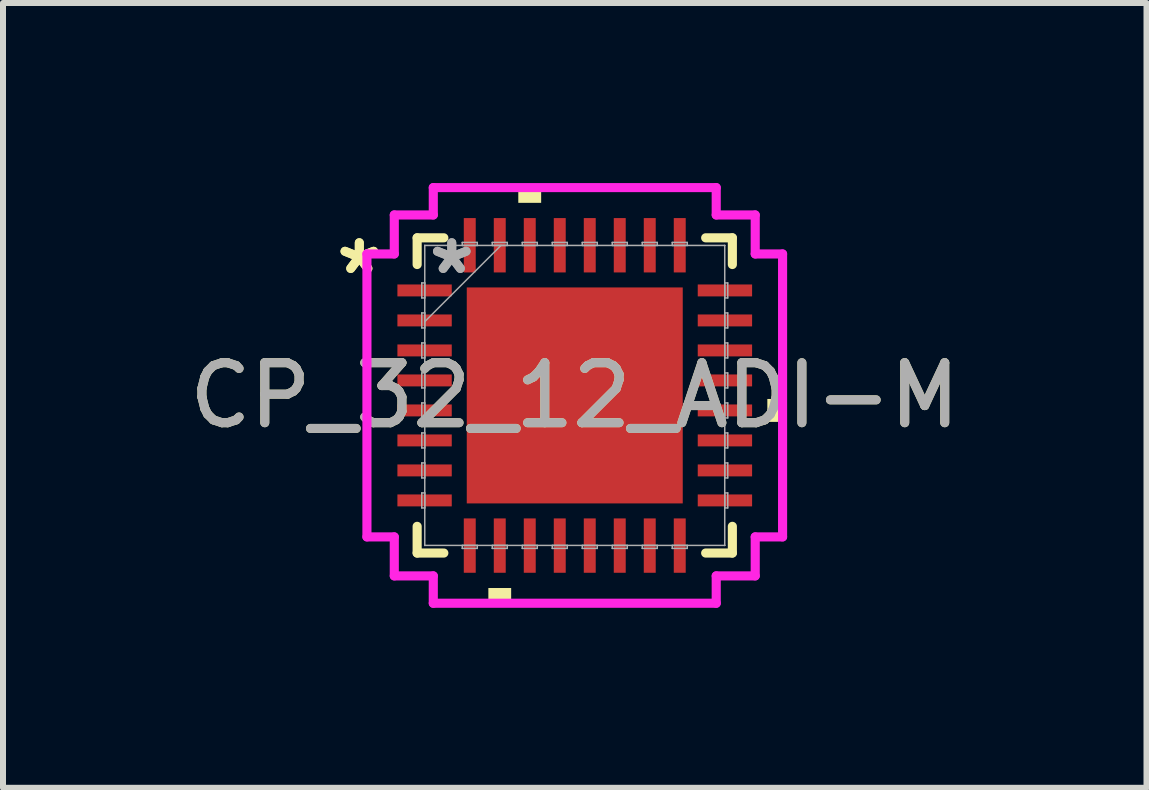
<source format=kicad_pcb>
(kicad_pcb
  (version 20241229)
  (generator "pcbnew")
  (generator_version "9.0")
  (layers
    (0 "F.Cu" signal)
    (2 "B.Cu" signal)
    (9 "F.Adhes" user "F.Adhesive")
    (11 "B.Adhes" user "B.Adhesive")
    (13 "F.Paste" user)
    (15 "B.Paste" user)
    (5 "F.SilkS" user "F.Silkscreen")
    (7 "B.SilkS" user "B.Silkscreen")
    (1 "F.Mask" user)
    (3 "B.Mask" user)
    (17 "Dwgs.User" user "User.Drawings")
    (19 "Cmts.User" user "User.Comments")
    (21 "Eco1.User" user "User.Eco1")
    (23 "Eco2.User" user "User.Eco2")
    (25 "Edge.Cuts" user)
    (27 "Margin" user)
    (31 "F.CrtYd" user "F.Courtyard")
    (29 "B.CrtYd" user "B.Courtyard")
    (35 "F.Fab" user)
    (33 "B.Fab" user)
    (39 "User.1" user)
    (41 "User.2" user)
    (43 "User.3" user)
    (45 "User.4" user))
  (footprint "CP_32_12_ADI-M"
    (layer "F.Cu")
    (at 6.53 3.541)
    (property "Reference" "CP_32_12_ADI-M" (at 0 0 0) (unlocked yes) (layer "F.SilkS") (effects (font (size 1 1) (thickness 0.15))))
    (attr smd)
    (fp_line (start -2.627 -2.627) (end -2.627 -2.182) (stroke (width 0.152) (type solid)) (layer "F.SilkS"))
    (fp_line (start -2.627 2.182) (end -2.627 2.627) (stroke (width 0.152) (type solid)) (layer "F.SilkS"))
    (fp_line (start -2.627 2.627) (end -2.182 2.627) (stroke (width 0.152) (type solid)) (layer "F.SilkS"))
    (fp_line (start -2.182 -2.627) (end -2.627 -2.627) (stroke (width 0.152) (type solid)) (layer "F.SilkS"))
    (fp_line (start 2.182 2.627) (end 2.627 2.627) (stroke (width 0.152) (type solid)) (layer "F.SilkS"))
    (fp_line (start 2.627 -2.627) (end 2.182 -2.627) (stroke (width 0.152) (type solid)) (layer "F.SilkS"))
    (fp_line (start 2.627 -2.182) (end 2.627 -2.627) (stroke (width 0.152) (type solid)) (layer "F.SilkS"))
    (fp_line (start 2.627 2.627) (end 2.627 2.182) (stroke (width 0.152) (type solid)) (layer "F.SilkS"))
    (fp_poly (pts (xy -1.44 3.21) (xy -1.44 3.464) (xy -1.06 3.464) (xy -1.06 3.21)) (stroke (width 0) (type solid)) (fill yes) (layer "F.SilkS"))
    (fp_poly (pts (xy -0.941 -3.21) (xy -0.941 -3.464) (xy -0.56 -3.464) (xy -0.56 -3.21)) (stroke (width 0) (type solid)) (fill yes) (layer "F.SilkS"))
    (fp_poly (pts (xy 3.464 0.059) (xy 3.464 0.441) (xy 3.21 0.441) (xy 3.21 0.059)) (stroke (width 0) (type solid)) (fill yes) (layer "F.SilkS"))
    (fp_poly (pts (xy -1.7 -1.7) (xy -1.7 -0.1) (xy -0.1 -0.1) (xy -0.1 -1.7)) (stroke (width 0) (type solid)) (fill yes) (layer "F.Paste"))
    (fp_poly (pts (xy -1.7 0.1) (xy -1.7 1.7) (xy -0.1 1.7) (xy -0.1 0.1)) (stroke (width 0) (type solid)) (fill yes) (layer "F.Paste"))
    (fp_poly (pts (xy 0.1 -1.7) (xy 0.1 -0.1) (xy 1.7 -0.1) (xy 1.7 -1.7)) (stroke (width 0) (type solid)) (fill yes) (layer "F.Paste"))
    (fp_poly (pts (xy 0.1 0.1) (xy 0.1 1.7) (xy 1.7 1.7) (xy 1.7 0.1)) (stroke (width 0) (type solid)) (fill yes) (layer "F.Paste"))
    (fp_line (start -3.464 -2.358) (end -3.008 -2.358) (stroke (width 0.152) (type solid)) (layer "F.CrtYd"))
    (fp_line (start -3.464 2.358) (end -3.464 -2.358) (stroke (width 0.152) (type solid)) (layer "F.CrtYd"))
    (fp_line (start -3.008 -3.008) (end -2.358 -3.008) (stroke (width 0.152) (type solid)) (layer "F.CrtYd"))
    (fp_line (start -3.008 -2.358) (end -3.008 -3.008) (stroke (width 0.152) (type solid)) (layer "F.CrtYd"))
    (fp_line (start -3.008 2.358) (end -3.464 2.358) (stroke (width 0.152) (type solid)) (layer "F.CrtYd"))
    (fp_line (start -3.008 3.008) (end -3.008 2.358) (stroke (width 0.152) (type solid)) (layer "F.CrtYd"))
    (fp_line (start -2.358 -3.464) (end 2.358 -3.464) (stroke (width 0.152) (type solid)) (layer "F.CrtYd"))
    (fp_line (start -2.358 -3.008) (end -2.358 -3.464) (stroke (width 0.152) (type solid)) (layer "F.CrtYd"))
    (fp_line (start -2.358 3.008) (end -3.008 3.008) (stroke (width 0.152) (type solid)) (layer "F.CrtYd"))
    (fp_line (start -2.358 3.464) (end -2.358 3.008) (stroke (width 0.152) (type solid)) (layer "F.CrtYd"))
    (fp_line (start 2.358 -3.464) (end 2.358 -3.008) (stroke (width 0.152) (type solid)) (layer "F.CrtYd"))
    (fp_line (start 2.358 -3.008) (end 3.008 -3.008) (stroke (width 0.152) (type solid)) (layer "F.CrtYd"))
    (fp_line (start 2.358 3.008) (end 2.358 3.464) (stroke (width 0.152) (type solid)) (layer "F.CrtYd"))
    (fp_line (start 2.358 3.464) (end -2.358 3.464) (stroke (width 0.152) (type solid)) (layer "F.CrtYd"))
    (fp_line (start 3.008 -3.008) (end 3.008 -2.358) (stroke (width 0.152) (type solid)) (layer "F.CrtYd"))
    (fp_line (start 3.008 -2.358) (end 3.464 -2.358) (stroke (width 0.152) (type solid)) (layer "F.CrtYd"))
    (fp_line (start 3.008 2.358) (end 3.008 3.008) (stroke (width 0.152) (type solid)) (layer "F.CrtYd"))
    (fp_line (start 3.008 3.008) (end 2.358 3.008) (stroke (width 0.152) (type solid)) (layer "F.CrtYd"))
    (fp_line (start 3.464 -2.358) (end 3.464 2.358) (stroke (width 0.152) (type solid)) (layer "F.CrtYd"))
    (fp_line (start 3.464 2.358) (end 3.008 2.358) (stroke (width 0.152) (type solid)) (layer "F.CrtYd"))
    (fp_line (start -2.55 -1.875) (end -2.55 -1.625) (stroke (width 0.025) (type solid)) (layer "F.Fab"))
    (fp_line (start -2.55 -1.625) (end -2.5 -1.625) (stroke (width 0.025) (type solid)) (layer "F.Fab"))
    (fp_line (start -2.55 -1.375) (end -2.55 -1.125) (stroke (width 0.025) (type solid)) (layer "F.Fab"))
    (fp_line (start -2.55 -1.125) (end -2.5 -1.125) (stroke (width 0.025) (type solid)) (layer "F.Fab"))
    (fp_line (start -2.55 -0.875) (end -2.55 -0.625) (stroke (width 0.025) (type solid)) (layer "F.Fab"))
    (fp_line (start -2.55 -0.625) (end -2.5 -0.625) (stroke (width 0.025) (type solid)) (layer "F.Fab"))
    (fp_line (start -2.55 -0.375) (end -2.55 -0.125) (stroke (width 0.025) (type solid)) (layer "F.Fab"))
    (fp_line (start -2.55 -0.125) (end -2.5 -0.125) (stroke (width 0.025) (type solid)) (layer "F.Fab"))
    (fp_line (start -2.55 0.125) (end -2.55 0.375) (stroke (width 0.025) (type solid)) (layer "F.Fab"))
    (fp_line (start -2.55 0.375) (end -2.5 0.375) (stroke (width 0.025) (type solid)) (layer "F.Fab"))
    (fp_line (start -2.55 0.625) (end -2.55 0.875) (stroke (width 0.025) (type solid)) (layer "F.Fab"))
    (fp_line (start -2.55 0.875) (end -2.5 0.875) (stroke (width 0.025) (type solid)) (layer "F.Fab"))
    (fp_line (start -2.55 1.125) (end -2.55 1.375) (stroke (width 0.025) (type solid)) (layer "F.Fab"))
    (fp_line (start -2.55 1.375) (end -2.5 1.375) (stroke (width 0.025) (type solid)) (layer "F.Fab"))
    (fp_line (start -2.55 1.625) (end -2.55 1.875) (stroke (width 0.025) (type solid)) (layer "F.Fab"))
    (fp_line (start -2.55 1.875) (end -2.5 1.875) (stroke (width 0.025) (type solid)) (layer "F.Fab"))
    (fp_line (start -2.5 -2.5) (end -2.5 -2.5) (stroke (width 0.025) (type solid)) (layer "F.Fab"))
    (fp_line (start -2.5 -2.5) (end -2.5 2.5) (stroke (width 0.025) (type solid)) (layer "F.Fab"))
    (fp_line (start -2.5 -1.875) (end -2.55 -1.875) (stroke (width 0.025) (type solid)) (layer "F.Fab"))
    (fp_line (start -2.5 -1.625) (end -2.5 -1.875) (stroke (width 0.025) (type solid)) (layer "F.Fab"))
    (fp_line (start -2.5 -1.375) (end -2.55 -1.375) (stroke (width 0.025) (type solid)) (layer "F.Fab"))
    (fp_line (start -2.5 -1.23) (end -1.23 -2.5) (stroke (width 0.025) (type solid)) (layer "F.Fab"))
    (fp_line (start -2.5 -1.125) (end -2.5 -1.375) (stroke (width 0.025) (type solid)) (layer "F.Fab"))
    (fp_line (start -2.5 -0.875) (end -2.55 -0.875) (stroke (width 0.025) (type solid)) (layer "F.Fab"))
    (fp_line (start -2.5 -0.625) (end -2.5 -0.875) (stroke (width 0.025) (type solid)) (layer "F.Fab"))
    (fp_line (start -2.5 -0.375) (end -2.55 -0.375) (stroke (width 0.025) (type solid)) (layer "F.Fab"))
    (fp_line (start -2.5 -0.125) (end -2.5 -0.375) (stroke (width 0.025) (type solid)) (layer "F.Fab"))
    (fp_line (start -2.5 0.125) (end -2.55 0.125) (stroke (width 0.025) (type solid)) (layer "F.Fab"))
    (fp_line (start -2.5 0.375) (end -2.5 0.125) (stroke (width 0.025) (type solid)) (layer "F.Fab"))
    (fp_line (start -2.5 0.625) (end -2.55 0.625) (stroke (width 0.025) (type solid)) (layer "F.Fab"))
    (fp_line (start -2.5 0.875) (end -2.5 0.625) (stroke (width 0.025) (type solid)) (layer "F.Fab"))
    (fp_line (start -2.5 1.125) (end -2.55 1.125) (stroke (width 0.025) (type solid)) (layer "F.Fab"))
    (fp_line (start -2.5 1.375) (end -2.5 1.125) (stroke (width 0.025) (type solid)) (layer "F.Fab"))
    (fp_line (start -2.5 1.625) (end -2.55 1.625) (stroke (width 0.025) (type solid)) (layer "F.Fab"))
    (fp_line (start -2.5 1.875) (end -2.5 1.625) (stroke (width 0.025) (type solid)) (layer "F.Fab"))
    (fp_line (start -2.5 2.5) (end -2.5 2.5) (stroke (width 0.025) (type solid)) (layer "F.Fab"))
    (fp_line (start -2.5 2.5) (end 2.5 2.5) (stroke (width 0.025) (type solid)) (layer "F.Fab"))
    (fp_line (start -1.875 -2.55) (end -1.875 -2.5) (stroke (width 0.025) (type solid)) (layer "F.Fab"))
    (fp_line (start -1.875 -2.5) (end -1.625 -2.5) (stroke (width 0.025) (type solid)) (layer "F.Fab"))
    (fp_line (start -1.875 2.5) (end -1.875 2.55) (stroke (width 0.025) (type solid)) (layer "F.Fab"))
    (fp_line (start -1.875 2.55) (end -1.625 2.55) (stroke (width 0.025) (type solid)) (layer "F.Fab"))
    (fp_line (start -1.625 -2.55) (end -1.875 -2.55) (stroke (width 0.025) (type solid)) (layer "F.Fab"))
    (fp_line (start -1.625 -2.5) (end -1.625 -2.55) (stroke (width 0.025) (type solid)) (layer "F.Fab"))
    (fp_line (start -1.625 2.5) (end -1.875 2.5) (stroke (width 0.025) (type solid)) (layer "F.Fab"))
    (fp_line (start -1.625 2.55) (end -1.625 2.5) (stroke (width 0.025) (type solid)) (layer "F.Fab"))
    (fp_line (start -1.375 -2.55) (end -1.375 -2.5) (stroke (width 0.025) (type solid)) (layer "F.Fab"))
    (fp_line (start -1.375 -2.5) (end -1.125 -2.5) (stroke (width 0.025) (type solid)) (layer "F.Fab"))
    (fp_line (start -1.375 2.5) (end -1.375 2.55) (stroke (width 0.025) (type solid)) (layer "F.Fab"))
    (fp_line (start -1.375 2.55) (end -1.125 2.55) (stroke (width 0.025) (type solid)) (layer "F.Fab"))
    (fp_line (start -1.125 -2.55) (end -1.375 -2.55) (stroke (width 0.025) (type solid)) (layer "F.Fab"))
    (fp_line (start -1.125 -2.5) (end -1.125 -2.55) (stroke (width 0.025) (type solid)) (layer "F.Fab"))
    (fp_line (start -1.125 2.5) (end -1.375 2.5) (stroke (width 0.025) (type solid)) (layer "F.Fab"))
    (fp_line (start -1.125 2.55) (end -1.125 2.5) (stroke (width 0.025) (type solid)) (layer "F.Fab"))
    (fp_line (start -0.875 -2.55) (end -0.875 -2.5) (stroke (width 0.025) (type solid)) (layer "F.Fab"))
    (fp_line (start -0.875 -2.5) (end -0.625 -2.5) (stroke (width 0.025) (type solid)) (layer "F.Fab"))
    (fp_line (start -0.875 2.5) (end -0.875 2.55) (stroke (width 0.025) (type solid)) (layer "F.Fab"))
    (fp_line (start -0.875 2.55) (end -0.625 2.55) (stroke (width 0.025) (type solid)) (layer "F.Fab"))
    (fp_line (start -0.625 -2.55) (end -0.875 -2.55) (stroke (width 0.025) (type solid)) (layer "F.Fab"))
    (fp_line (start -0.625 -2.5) (end -0.625 -2.55) (stroke (width 0.025) (type solid)) (layer "F.Fab"))
    (fp_line (start -0.625 2.5) (end -0.875 2.5) (stroke (width 0.025) (type solid)) (layer "F.Fab"))
    (fp_line (start -0.625 2.55) (end -0.625 2.5) (stroke (width 0.025) (type solid)) (layer "F.Fab"))
    (fp_line (start -0.375 -2.55) (end -0.375 -2.5) (stroke (width 0.025) (type solid)) (layer "F.Fab"))
    (fp_line (start -0.375 -2.5) (end -0.125 -2.5) (stroke (width 0.025) (type solid)) (layer "F.Fab"))
    (fp_line (start -0.375 2.5) (end -0.375 2.55) (stroke (width 0.025) (type solid)) (layer "F.Fab"))
    (fp_line (start -0.375 2.55) (end -0.125 2.55) (stroke (width 0.025) (type solid)) (layer "F.Fab"))
    (fp_line (start -0.125 -2.55) (end -0.375 -2.55) (stroke (width 0.025) (type solid)) (layer "F.Fab"))
    (fp_line (start -0.125 -2.5) (end -0.125 -2.55) (stroke (width 0.025) (type solid)) (layer "F.Fab"))
    (fp_line (start -0.125 2.5) (end -0.375 2.5) (stroke (width 0.025) (type solid)) (layer "F.Fab"))
    (fp_line (start -0.125 2.55) (end -0.125 2.5) (stroke (width 0.025) (type solid)) (layer "F.Fab"))
    (fp_line (start 0.125 -2.55) (end 0.125 -2.5) (stroke (width 0.025) (type solid)) (layer "F.Fab"))
    (fp_line (start 0.125 -2.5) (end 0.375 -2.5) (stroke (width 0.025) (type solid)) (layer "F.Fab"))
    (fp_line (start 0.125 2.5) (end 0.125 2.55) (stroke (width 0.025) (type solid)) (layer "F.Fab"))
    (fp_line (start 0.125 2.55) (end 0.375 2.55) (stroke (width 0.025) (type solid)) (layer "F.Fab"))
    (fp_line (start 0.375 -2.55) (end 0.125 -2.55) (stroke (width 0.025) (type solid)) (layer "F.Fab"))
    (fp_line (start 0.375 -2.5) (end 0.375 -2.55) (stroke (width 0.025) (type solid)) (layer "F.Fab"))
    (fp_line (start 0.375 2.5) (end 0.125 2.5) (stroke (width 0.025) (type solid)) (layer "F.Fab"))
    (fp_line (start 0.375 2.55) (end 0.375 2.5) (stroke (width 0.025) (type solid)) (layer "F.Fab"))
    (fp_line (start 0.625 -2.55) (end 0.625 -2.5) (stroke (width 0.025) (type solid)) (layer "F.Fab"))
    (fp_line (start 0.625 -2.5) (end 0.875 -2.5) (stroke (width 0.025) (type solid)) (layer "F.Fab"))
    (fp_line (start 0.625 2.5) (end 0.625 2.55) (stroke (width 0.025) (type solid)) (layer "F.Fab"))
    (fp_line (start 0.625 2.55) (end 0.875 2.55) (stroke (width 0.025) (type solid)) (layer "F.Fab"))
    (fp_line (start 0.875 -2.55) (end 0.625 -2.55) (stroke (width 0.025) (type solid)) (layer "F.Fab"))
    (fp_line (start 0.875 -2.5) (end 0.875 -2.55) (stroke (width 0.025) (type solid)) (layer "F.Fab"))
    (fp_line (start 0.875 2.5) (end 0.625 2.5) (stroke (width 0.025) (type solid)) (layer "F.Fab"))
    (fp_line (start 0.875 2.55) (end 0.875 2.5) (stroke (width 0.025) (type solid)) (layer "F.Fab"))
    (fp_line (start 1.125 -2.55) (end 1.125 -2.5) (stroke (width 0.025) (type solid)) (layer "F.Fab"))
    (fp_line (start 1.125 -2.5) (end 1.375 -2.5) (stroke (width 0.025) (type solid)) (layer "F.Fab"))
    (fp_line (start 1.125 2.5) (end 1.125 2.55) (stroke (width 0.025) (type solid)) (layer "F.Fab"))
    (fp_line (start 1.125 2.55) (end 1.375 2.55) (stroke (width 0.025) (type solid)) (layer "F.Fab"))
    (fp_line (start 1.375 -2.55) (end 1.125 -2.55) (stroke (width 0.025) (type solid)) (layer "F.Fab"))
    (fp_line (start 1.375 -2.5) (end 1.375 -2.55) (stroke (width 0.025) (type solid)) (layer "F.Fab"))
    (fp_line (start 1.375 2.5) (end 1.125 2.5) (stroke (width 0.025) (type solid)) (layer "F.Fab"))
    (fp_line (start 1.375 2.55) (end 1.375 2.5) (stroke (width 0.025) (type solid)) (layer "F.Fab"))
    (fp_line (start 1.625 -2.55) (end 1.625 -2.5) (stroke (width 0.025) (type solid)) (layer "F.Fab"))
    (fp_line (start 1.625 -2.5) (end 1.875 -2.5) (stroke (width 0.025) (type solid)) (layer "F.Fab"))
    (fp_line (start 1.625 2.5) (end 1.625 2.55) (stroke (width 0.025) (type solid)) (layer "F.Fab"))
    (fp_line (start 1.625 2.55) (end 1.875 2.55) (stroke (width 0.025) (type solid)) (layer "F.Fab"))
    (fp_line (start 1.875 -2.55) (end 1.625 -2.55) (stroke (width 0.025) (type solid)) (layer "F.Fab"))
    (fp_line (start 1.875 -2.5) (end 1.875 -2.55) (stroke (width 0.025) (type solid)) (layer "F.Fab"))
    (fp_line (start 1.875 2.5) (end 1.625 2.5) (stroke (width 0.025) (type solid)) (layer "F.Fab"))
    (fp_line (start 1.875 2.55) (end 1.875 2.5) (stroke (width 0.025) (type solid)) (layer "F.Fab"))
    (fp_line (start 2.5 -2.5) (end -2.5 -2.5) (stroke (width 0.025) (type solid)) (layer "F.Fab"))
    (fp_line (start 2.5 -2.5) (end 2.5 -2.5) (stroke (width 0.025) (type solid)) (layer "F.Fab"))
    (fp_line (start 2.5 -1.875) (end 2.5 -1.625) (stroke (width 0.025) (type solid)) (layer "F.Fab"))
    (fp_line (start 2.5 -1.625) (end 2.55 -1.625) (stroke (width 0.025) (type solid)) (layer "F.Fab"))
    (fp_line (start 2.5 -1.375) (end 2.5 -1.125) (stroke (width 0.025) (type solid)) (layer "F.Fab"))
    (fp_line (start 2.5 -1.125) (end 2.55 -1.125) (stroke (width 0.025) (type solid)) (layer "F.Fab"))
    (fp_line (start 2.5 -0.875) (end 2.5 -0.625) (stroke (width 0.025) (type solid)) (layer "F.Fab"))
    (fp_line (start 2.5 -0.625) (end 2.55 -0.625) (stroke (width 0.025) (type solid)) (layer "F.Fab"))
    (fp_line (start 2.5 -0.375) (end 2.5 -0.125) (stroke (width 0.025) (type solid)) (layer "F.Fab"))
    (fp_line (start 2.5 -0.125) (end 2.55 -0.125) (stroke (width 0.025) (type solid)) (layer "F.Fab"))
    (fp_line (start 2.5 0.125) (end 2.5 0.375) (stroke (width 0.025) (type solid)) (layer "F.Fab"))
    (fp_line (start 2.5 0.375) (end 2.55 0.375) (stroke (width 0.025) (type solid)) (layer "F.Fab"))
    (fp_line (start 2.5 0.625) (end 2.5 0.875) (stroke (width 0.025) (type solid)) (layer "F.Fab"))
    (fp_line (start 2.5 0.875) (end 2.55 0.875) (stroke (width 0.025) (type solid)) (layer "F.Fab"))
    (fp_line (start 2.5 1.125) (end 2.5 1.375) (stroke (width 0.025) (type solid)) (layer "F.Fab"))
    (fp_line (start 2.5 1.375) (end 2.55 1.375) (stroke (width 0.025) (type solid)) (layer "F.Fab"))
    (fp_line (start 2.5 1.625) (end 2.5 1.875) (stroke (width 0.025) (type solid)) (layer "F.Fab"))
    (fp_line (start 2.5 1.875) (end 2.55 1.875) (stroke (width 0.025) (type solid)) (layer "F.Fab"))
    (fp_line (start 2.5 2.5) (end 2.5 -2.5) (stroke (width 0.025) (type solid)) (layer "F.Fab"))
    (fp_line (start 2.5 2.5) (end 2.5 2.5) (stroke (width 0.025) (type solid)) (layer "F.Fab"))
    (fp_line (start 2.55 -1.875) (end 2.5 -1.875) (stroke (width 0.025) (type solid)) (layer "F.Fab"))
    (fp_line (start 2.55 -1.625) (end 2.55 -1.875) (stroke (width 0.025) (type solid)) (layer "F.Fab"))
    (fp_line (start 2.55 -1.375) (end 2.5 -1.375) (stroke (width 0.025) (type solid)) (layer "F.Fab"))
    (fp_line (start 2.55 -1.125) (end 2.55 -1.375) (stroke (width 0.025) (type solid)) (layer "F.Fab"))
    (fp_line (start 2.55 -0.875) (end 2.5 -0.875) (stroke (width 0.025) (type solid)) (layer "F.Fab"))
    (fp_line (start 2.55 -0.625) (end 2.55 -0.875) (stroke (width 0.025) (type solid)) (layer "F.Fab"))
    (fp_line (start 2.55 -0.375) (end 2.5 -0.375) (stroke (width 0.025) (type solid)) (layer "F.Fab"))
    (fp_line (start 2.55 -0.125) (end 2.55 -0.375) (stroke (width 0.025) (type solid)) (layer "F.Fab"))
    (fp_line (start 2.55 0.125) (end 2.5 0.125) (stroke (width 0.025) (type solid)) (layer "F.Fab"))
    (fp_line (start 2.55 0.375) (end 2.55 0.125) (stroke (width 0.025) (type solid)) (layer "F.Fab"))
    (fp_line (start 2.55 0.625) (end 2.5 0.625) (stroke (width 0.025) (type solid)) (layer "F.Fab"))
    (fp_line (start 2.55 0.875) (end 2.55 0.625) (stroke (width 0.025) (type solid)) (layer "F.Fab"))
    (fp_line (start 2.55 1.125) (end 2.5 1.125) (stroke (width 0.025) (type solid)) (layer "F.Fab"))
    (fp_line (start 2.55 1.375) (end 2.55 1.125) (stroke (width 0.025) (type solid)) (layer "F.Fab"))
    (fp_line (start 2.55 1.625) (end 2.5 1.625) (stroke (width 0.025) (type solid)) (layer "F.Fab"))
    (fp_line (start 2.55 1.875) (end 2.55 1.625) (stroke (width 0.025) (type solid)) (layer "F.Fab"))
    (fp_text user "*" (at -3.591 -2 0) (layer "F.SilkS") (effects (font (size 1 1) (thickness 0.15))))
    (fp_text user "*" (at -3.591 -2 0) (unlocked yes) (layer "F.SilkS") (effects (font (size 1 1) (thickness 0.15))))
    (fp_text user "${REFERENCE}" (at 0 0 0) (unlocked yes) (layer "F.Fab") (effects (font (size 1 1) (thickness 0.15))))
    (fp_text user "*" (at -2.05 -2 0) (unlocked yes) (layer "F.Fab") (effects (font (size 1 1) (thickness 0.15))))
    (fp_text user "*" (at -2.05 -2 0) (layer "F.Fab") (effects (font (size 1 1) (thickness 0.15))))
    (pad "1" smd rect (at -2.503 -1.75 90) (size 0.199 0.906) (layers "F.Cu" "F.Mask" "F.Paste"))
    (pad "2" smd rect (at -2.503 -1.25 90) (size 0.199 0.906) (layers "F.Cu" "F.Mask" "F.Paste"))
    (pad "3" smd rect (at -2.503 -0.75 90) (size 0.199 0.906) (layers "F.Cu" "F.Mask" "F.Paste"))
    (pad "4" smd rect (at -2.503 -0.25 90) (size 0.199 0.906) (layers "F.Cu" "F.Mask" "F.Paste"))
    (pad "5" smd rect (at -2.503 0.25 90) (size 0.199 0.906) (layers "F.Cu" "F.Mask" "F.Paste"))
    (pad "6" smd rect (at -2.503 0.75 90) (size 0.199 0.906) (layers "F.Cu" "F.Mask" "F.Paste"))
    (pad "7" smd rect (at -2.503 1.25 90) (size 0.199 0.906) (layers "F.Cu" "F.Mask" "F.Paste"))
    (pad "8" smd rect (at -2.503 1.75 90) (size 0.199 0.906) (layers "F.Cu" "F.Mask" "F.Paste"))
    (pad "9" smd rect (at -1.75 2.503) (size 0.199 0.906) (layers "F.Cu" "F.Mask" "F.Paste"))
    (pad "10" smd rect (at -1.25 2.503) (size 0.199 0.906) (layers "F.Cu" "F.Mask" "F.Paste"))
    (pad "11" smd rect (at -0.75 2.503) (size 0.199 0.906) (layers "F.Cu" "F.Mask" "F.Paste"))
    (pad "12" smd rect (at -0.25 2.503) (size 0.199 0.906) (layers "F.Cu" "F.Mask" "F.Paste"))
    (pad "13" smd rect (at 0.25 2.503) (size 0.199 0.906) (layers "F.Cu" "F.Mask" "F.Paste"))
    (pad "14" smd rect (at 0.75 2.503) (size 0.199 0.906) (layers "F.Cu" "F.Mask" "F.Paste"))
    (pad "15" smd rect (at 1.25 2.503) (size 0.199 0.906) (layers "F.Cu" "F.Mask" "F.Paste"))
    (pad "16" smd rect (at 1.75 2.503) (size 0.199 0.906) (layers "F.Cu" "F.Mask" "F.Paste"))
    (pad "17" smd rect (at 2.503 1.75 90) (size 0.199 0.906) (layers "F.Cu" "F.Mask" "F.Paste"))
    (pad "18" smd rect (at 2.503 1.25 90) (size 0.199 0.906) (layers "F.Cu" "F.Mask" "F.Paste"))
    (pad "19" smd rect (at 2.503 0.75 90) (size 0.199 0.906) (layers "F.Cu" "F.Mask" "F.Paste"))
    (pad "20" smd rect (at 2.503 0.25 90) (size 0.199 0.906) (layers "F.Cu" "F.Mask" "F.Paste"))
    (pad "21" smd rect (at 2.503 -0.25 90) (size 0.199 0.906) (layers "F.Cu" "F.Mask" "F.Paste"))
    (pad "22" smd rect (at 2.503 -0.75 90) (size 0.199 0.906) (layers "F.Cu" "F.Mask" "F.Paste"))
    (pad "23" smd rect (at 2.503 -1.25 90) (size 0.199 0.906) (layers "F.Cu" "F.Mask" "F.Paste"))
    (pad "24" smd rect (at 2.503 -1.75 90) (size 0.199 0.906) (layers "F.Cu" "F.Mask" "F.Paste"))
    (pad "25" smd rect (at 1.75 -2.503) (size 0.199 0.906) (layers "F.Cu" "F.Mask" "F.Paste"))
    (pad "26" smd rect (at 1.25 -2.503) (size 0.199 0.906) (layers "F.Cu" "F.Mask" "F.Paste"))
    (pad "27" smd rect (at 0.75 -2.503) (size 0.199 0.906) (layers "F.Cu" "F.Mask" "F.Paste"))
    (pad "28" smd rect (at 0.25 -2.503) (size 0.199 0.906) (layers "F.Cu" "F.Mask" "F.Paste"))
    (pad "29" smd rect (at -0.25 -2.503) (size 0.199 0.906) (layers "F.Cu" "F.Mask" "F.Paste"))
    (pad "30" smd rect (at -0.75 -2.503) (size 0.199 0.906) (layers "F.Cu" "F.Mask" "F.Paste"))
    (pad "31" smd rect (at -1.25 -2.503) (size 0.199 0.906) (layers "F.Cu" "F.Mask" "F.Paste"))
    (pad "32" smd rect (at -1.75 -2.503) (size 0.199 0.906) (layers "F.Cu" "F.Mask" "F.Paste"))
    (pad "33" smd rect (at 0 0) (size 3.6 3.6) (layers "F.Cu" "F.Mask" "F.Paste")))
  (gr_rect
    (start -3 -3)
    (end 16.06 10.081)
    (stroke (width 0.1) (type default))
    (fill no)
    (layer "Edge.Cuts")))
</source>
